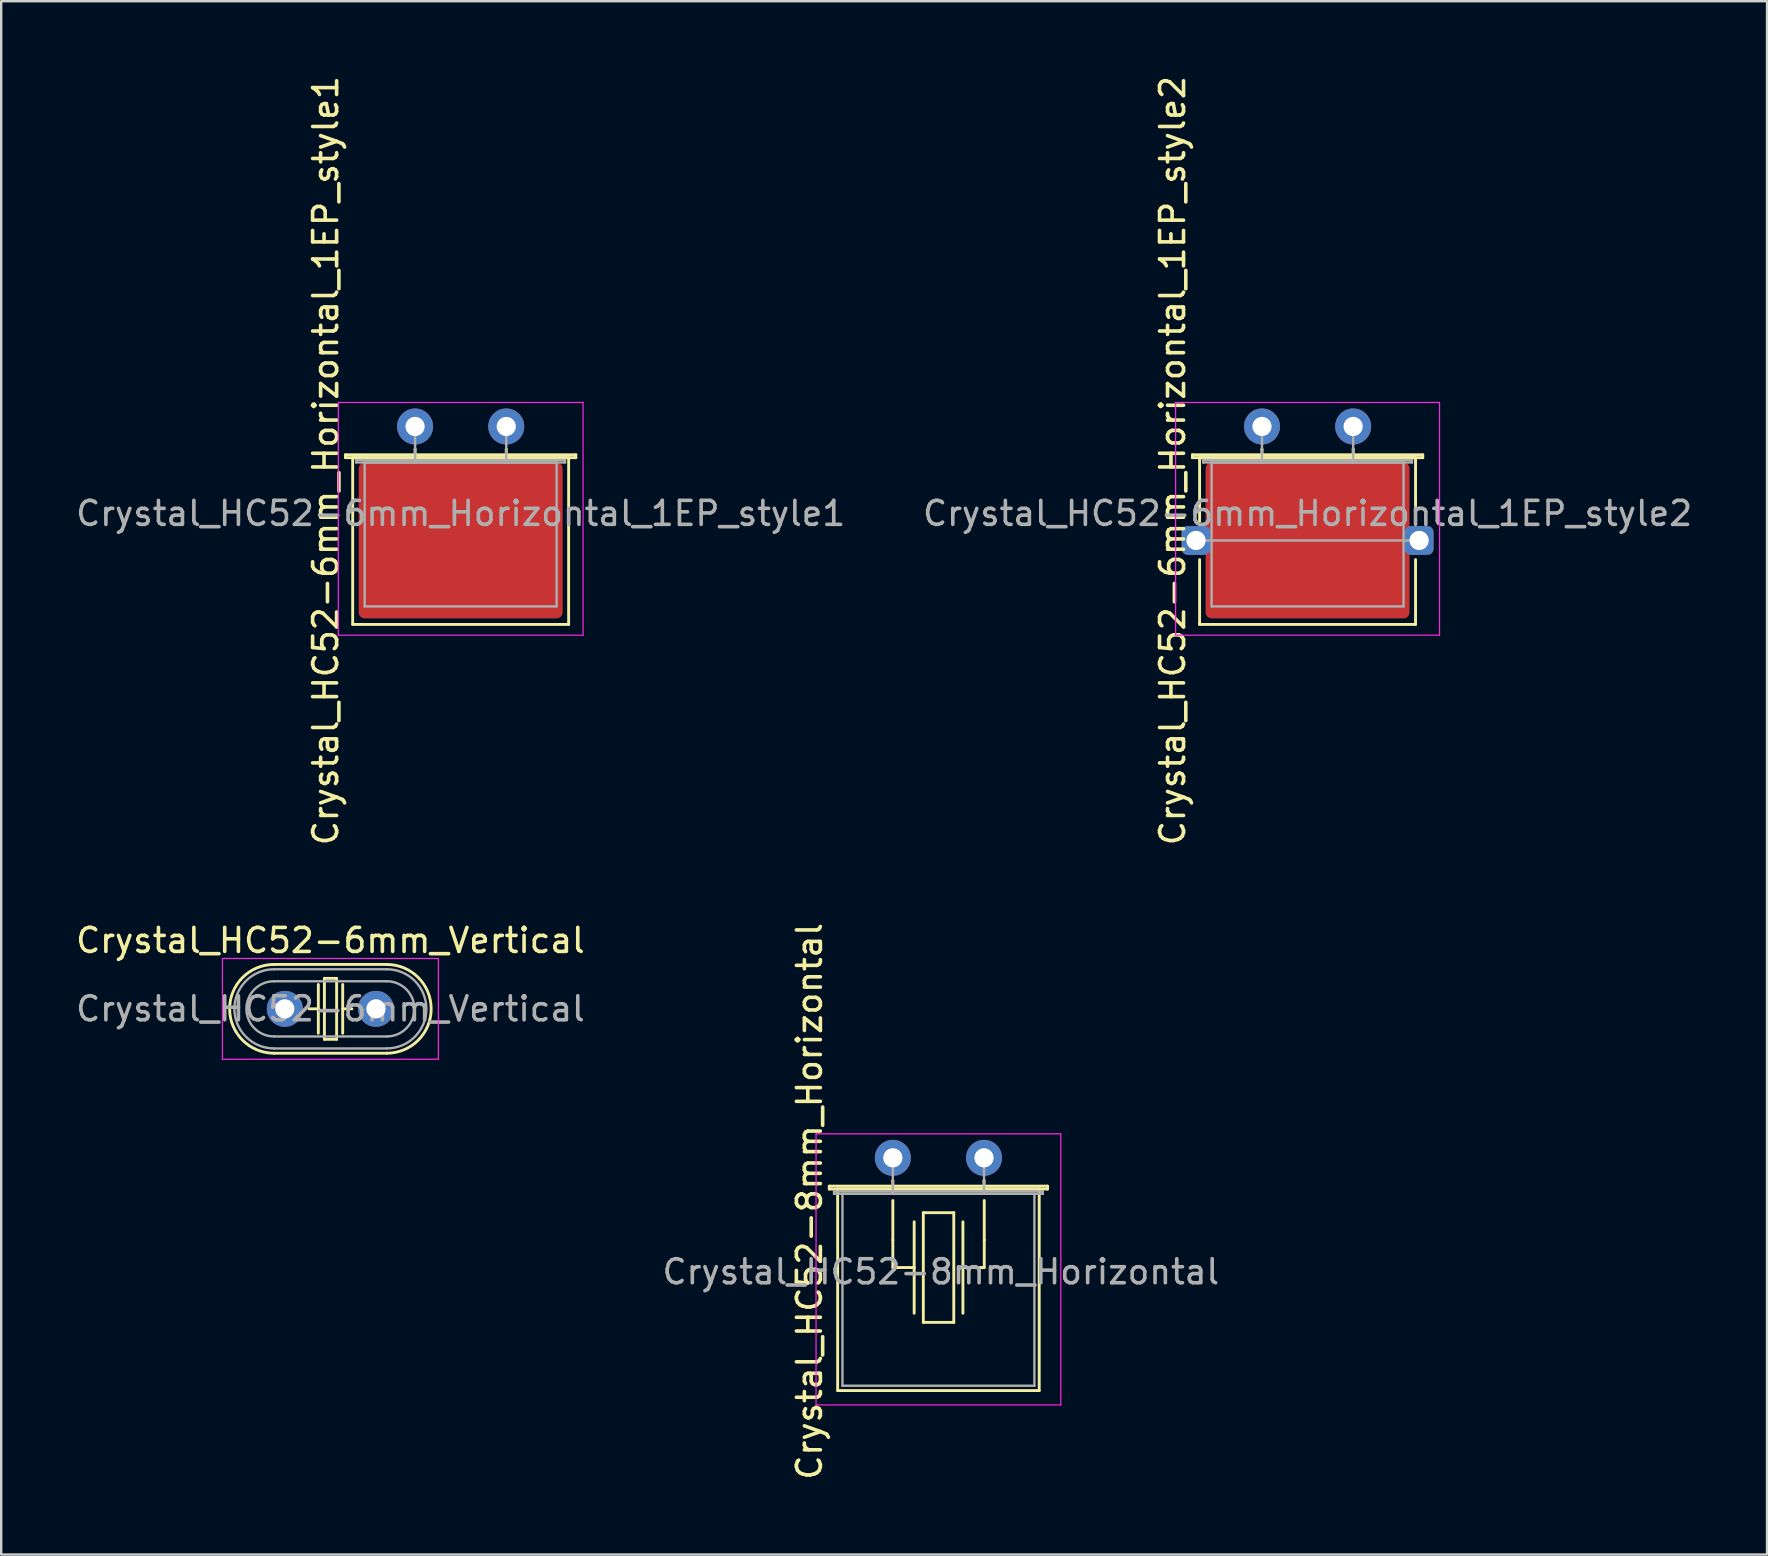
<source format=kicad_pcb>
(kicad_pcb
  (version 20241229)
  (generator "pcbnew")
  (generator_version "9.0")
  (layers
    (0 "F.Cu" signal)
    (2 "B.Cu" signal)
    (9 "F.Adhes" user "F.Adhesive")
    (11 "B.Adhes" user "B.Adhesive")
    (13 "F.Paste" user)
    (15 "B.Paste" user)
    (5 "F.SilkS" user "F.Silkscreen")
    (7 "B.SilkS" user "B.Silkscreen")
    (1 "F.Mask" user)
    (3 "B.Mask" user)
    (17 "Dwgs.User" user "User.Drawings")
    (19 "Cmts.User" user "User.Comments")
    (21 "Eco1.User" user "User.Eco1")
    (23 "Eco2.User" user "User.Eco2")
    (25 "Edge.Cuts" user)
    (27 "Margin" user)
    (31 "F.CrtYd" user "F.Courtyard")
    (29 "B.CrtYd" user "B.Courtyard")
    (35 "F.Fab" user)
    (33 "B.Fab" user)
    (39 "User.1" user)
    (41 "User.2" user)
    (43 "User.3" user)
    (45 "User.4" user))
  (footprint "Crystal_HC52-6mm_Horizontal_1EP_style1"
    (layer "F.Cu")
    (at 14.249 14.724)
    (property "Reference" "Crystal_HC52-6mm_Horizontal_1EP_style1" (at -3.725 1.425 90) (layer "F.SilkS") (effects (font (size 1 1) (thickness 0.15))))
    (attr through_hole)
    (fp_line (start -2.9 1.18) (end 6.7 1.18) (stroke (width 0.12) (type solid)) (layer "F.SilkS"))
    (fp_line (start -2.9 1.3) (end -2.9 1.18) (stroke (width 0.12) (type solid)) (layer "F.SilkS"))
    (fp_line (start -2.6 1.3) (end -2.6 8.25) (stroke (width 0.12) (type solid)) (layer "F.SilkS"))
    (fp_line (start -2.6 8.25) (end 6.4 8.25) (stroke (width 0.12) (type solid)) (layer "F.SilkS"))
    (fp_line (start 0 0.95) (end 0 0.95) (stroke (width 0.12) (type solid)) (layer "F.SilkS"))
    (fp_line (start 0 1.3) (end 0 0.95) (stroke (width 0.12) (type solid)) (layer "F.SilkS"))
    (fp_line (start 3.8 0.95) (end 3.8 0.95) (stroke (width 0.12) (type solid)) (layer "F.SilkS"))
    (fp_line (start 3.8 1.3) (end 3.8 0.95) (stroke (width 0.12) (type solid)) (layer "F.SilkS"))
    (fp_line (start 6.35 1.3) (end -2.55 1.3) (stroke (width 0.12) (type solid)) (layer "F.SilkS"))
    (fp_line (start 6.4 8.25) (end 6.4 1.3) (stroke (width 0.12) (type solid)) (layer "F.SilkS"))
    (fp_line (start 6.7 1.18) (end 6.7 1.3) (stroke (width 0.12) (type solid)) (layer "F.SilkS"))
    (fp_line (start 6.7 1.3) (end -2.9 1.3) (stroke (width 0.12) (type solid)) (layer "F.SilkS"))
    (fp_line (start -3.2 -1) (end -3.2 8.7) (stroke (width 0.05) (type solid)) (layer "F.CrtYd"))
    (fp_line (start -3.2 8.7) (end 7 8.7) (stroke (width 0.05) (type solid)) (layer "F.CrtYd"))
    (fp_line (start 7 -1) (end -3.2 -1) (stroke (width 0.05) (type solid)) (layer "F.CrtYd"))
    (fp_line (start 7 8.7) (end 7 -1) (stroke (width 0.05) (type solid)) (layer "F.CrtYd"))
    (fp_line (start -2.45 1.4) (end 6.25 1.4) (stroke (width 0.1) (type solid)) (layer "F.Fab"))
    (fp_line (start -2.45 1.5) (end -2.45 1.4) (stroke (width 0.1) (type solid)) (layer "F.Fab"))
    (fp_line (start -2.1 1.5) (end -2.1 7.5) (stroke (width 0.1) (type solid)) (layer "F.Fab"))
    (fp_line (start -2.1 7.5) (end 5.9 7.5) (stroke (width 0.1) (type solid)) (layer "F.Fab"))
    (fp_line (start 0 0.75) (end 0 0) (stroke (width 0.1) (type solid)) (layer "F.Fab"))
    (fp_line (start 0 1.5) (end 0 0.75) (stroke (width 0.1) (type solid)) (layer "F.Fab"))
    (fp_line (start 3.8 0.75) (end 3.8 0) (stroke (width 0.1) (type solid)) (layer "F.Fab"))
    (fp_line (start 3.8 1.5) (end 3.8 0.75) (stroke (width 0.1) (type solid)) (layer "F.Fab"))
    (fp_line (start 5.9 1.5) (end -2.1 1.5) (stroke (width 0.1) (type solid)) (layer "F.Fab"))
    (fp_line (start 5.9 7.5) (end 5.9 1.5) (stroke (width 0.1) (type solid)) (layer "F.Fab"))
    (fp_line (start 6.25 1.4) (end 6.25 1.5) (stroke (width 0.1) (type solid)) (layer "F.Fab"))
    (fp_line (start 6.25 1.5) (end -2.45 1.5) (stroke (width 0.1) (type solid)) (layer "F.Fab"))
    (fp_text user "${REFERENCE}" (at 1.9 3.625 0) (layer "F.Fab") (effects (font (size 1 1) (thickness 0.15))))
    (pad "1" thru_hole circle (at 0 0) (size 1.5 1.5) (drill 0.8) (layers "*.Cu" "*.Mask"))
    (pad "2" thru_hole circle (at 3.8 0) (size 1.5 1.5) (drill 0.8) (layers "*.Cu" "*.Mask"))
    (pad "3" smd roundrect (at 1.9 4.75) (size 8.5 6.5) (layers "F.Cu" "F.Mask" "F.Paste") (roundrect_rratio 0.038)))
  (footprint "Crystal_HC52-6mm_Vertical"
    (layer "F.Cu")
    (at 8.82 38.996)
    (property "Reference" "Crystal_HC52-6mm_Vertical" (at 1.9 -2.85 0) (layer "F.SilkS") (effects (font (size 1 1) (thickness 0.15))))
    (attr through_hole)
    (fp_line (start -0.45 -1.85) (end 4.25 -1.85) (stroke (width 0.12) (type solid)) (layer "F.SilkS"))
    (fp_line (start -0.45 1.85) (end 4.25 1.85) (stroke (width 0.12) (type solid)) (layer "F.SilkS"))
    (fp_line (start 1.016 0) (end 1.397 0) (stroke (width 0.12) (type solid)) (layer "F.SilkS"))
    (fp_line (start 1.397 0) (end 1.397 -1.016) (stroke (width 0.12) (type solid)) (layer "F.SilkS"))
    (fp_line (start 1.397 0) (end 1.397 1.016) (stroke (width 0.12) (type solid)) (layer "F.SilkS"))
    (fp_line (start 1.651 -1.27) (end 1.651 1.27) (stroke (width 0.12) (type solid)) (layer "F.SilkS"))
    (fp_line (start 1.651 1.27) (end 2.159 1.27) (stroke (width 0.12) (type solid)) (layer "F.SilkS"))
    (fp_line (start 2.159 -1.27) (end 1.651 -1.27) (stroke (width 0.12) (type solid)) (layer "F.SilkS"))
    (fp_line (start 2.159 1.27) (end 2.159 -1.27) (stroke (width 0.12) (type solid)) (layer "F.SilkS"))
    (fp_line (start 2.413 -1.016) (end 2.413 1.016) (stroke (width 0.12) (type solid)) (layer "F.SilkS"))
    (fp_line (start 2.413 0) (end 2.794 0) (stroke (width 0.12) (type solid)) (layer "F.SilkS"))
    (fp_arc (start -0.45 1.85) (mid -2.3 0) (end -0.45 -1.85) (stroke (width 0.12) (type solid)) (layer "F.SilkS"))
    (fp_arc (start 4.25 -1.85) (mid 6.1 0) (end 4.25 1.85) (stroke (width 0.12) (type solid)) (layer "F.SilkS"))
    (fp_line (start -2.6 -2.1) (end -2.6 2.1) (stroke (width 0.05) (type solid)) (layer "F.CrtYd"))
    (fp_line (start -2.6 2.1) (end 6.4 2.1) (stroke (width 0.05) (type solid)) (layer "F.CrtYd"))
    (fp_line (start 6.4 -2.1) (end -2.6 -2.1) (stroke (width 0.05) (type solid)) (layer "F.CrtYd"))
    (fp_line (start 6.4 2.1) (end 6.4 -2.1) (stroke (width 0.05) (type solid)) (layer "F.CrtYd"))
    (fp_line (start -0.45 -1.65) (end 4.25 -1.65) (stroke (width 0.1) (type solid)) (layer "F.Fab"))
    (fp_line (start -0.45 -1.15) (end 4.25 -1.15) (stroke (width 0.1) (type solid)) (layer "F.Fab"))
    (fp_line (start -0.45 1.15) (end 4.25 1.15) (stroke (width 0.1) (type solid)) (layer "F.Fab"))
    (fp_line (start -0.45 1.65) (end 4.25 1.65) (stroke (width 0.1) (type solid)) (layer "F.Fab"))
    (fp_arc (start -0.45 1.15) (mid -1.6 0) (end -0.45 -1.15) (stroke (width 0.1) (type solid)) (layer "F.Fab"))
    (fp_arc (start -0.45 1.65) (mid -2.1 0) (end -0.45 -1.65) (stroke (width 0.1) (type solid)) (layer "F.Fab"))
    (fp_arc (start 4.25 -1.65) (mid 5.9 0) (end 4.25 1.65) (stroke (width 0.1) (type solid)) (layer "F.Fab"))
    (fp_arc (start 4.25 -1.15) (mid 5.4 0) (end 4.25 1.15) (stroke (width 0.1) (type solid)) (layer "F.Fab"))
    (fp_text user "${REFERENCE}" (at 1.9 0 0) (layer "F.Fab") (effects (font (size 1 1) (thickness 0.15))))
    (pad "1" thru_hole circle (at 0 0) (size 1.5 1.5) (drill 0.8) (layers "*.Cu" "*.Mask"))
    (pad "2" thru_hole circle (at 3.8 0) (size 1.5 1.5) (drill 0.8) (layers "*.Cu" "*.Mask")))
  (footprint "Crystal_HC52-8mm_Horizontal"
    (layer "F.Cu")
    (at 34.161 45.205)
    (property "Reference" "Crystal_HC52-8mm_Horizontal" (at -3.475 1.812 90) (layer "F.SilkS") (effects (font (size 1 1) (thickness 0.15))))
    (attr through_hole)
    (fp_line (start -2.65 1.18) (end 6.45 1.18) (stroke (width 0.12) (type solid)) (layer "F.SilkS"))
    (fp_line (start -2.65 1.3) (end -2.65 1.18) (stroke (width 0.12) (type solid)) (layer "F.SilkS"))
    (fp_line (start -2.3 1.3) (end -2.3 9.7) (stroke (width 0.12) (type solid)) (layer "F.SilkS"))
    (fp_line (start -2.3 9.7) (end 6.1 9.7) (stroke (width 0.12) (type solid)) (layer "F.SilkS"))
    (fp_line (start 0 0.95) (end 0 0.95) (stroke (width 0.12) (type solid)) (layer "F.SilkS"))
    (fp_line (start 0 1.3) (end 0 0.95) (stroke (width 0.12) (type solid)) (layer "F.SilkS"))
    (fp_line (start 0 1.778) (end 0 3.429) (stroke (width 0.12) (type solid)) (layer "F.SilkS"))
    (fp_line (start 0 3.429) (end 0 4.572) (stroke (width 0.12) (type solid)) (layer "F.SilkS"))
    (fp_line (start 0 4.572) (end 0.889 4.572) (stroke (width 0.12) (type solid)) (layer "F.SilkS"))
    (fp_line (start 0.889 4.572) (end 0.889 2.667) (stroke (width 0.12) (type solid)) (layer "F.SilkS"))
    (fp_line (start 0.889 6.477) (end 0.889 4.572) (stroke (width 0.12) (type solid)) (layer "F.SilkS"))
    (fp_line (start 1.27 2.286) (end 1.27 6.858) (stroke (width 0.12) (type solid)) (layer "F.SilkS"))
    (fp_line (start 1.27 6.858) (end 2.54 6.858) (stroke (width 0.12) (type solid)) (layer "F.SilkS"))
    (fp_line (start 2.54 2.286) (end 1.27 2.286) (stroke (width 0.12) (type solid)) (layer "F.SilkS"))
    (fp_line (start 2.54 6.858) (end 2.54 2.286) (stroke (width 0.12) (type solid)) (layer "F.SilkS"))
    (fp_line (start 2.921 2.667) (end 2.921 4.572) (stroke (width 0.12) (type solid)) (layer "F.SilkS"))
    (fp_line (start 2.921 4.572) (end 2.921 6.477) (stroke (width 0.12) (type solid)) (layer "F.SilkS"))
    (fp_line (start 3.8 0.95) (end 3.8 0.95) (stroke (width 0.12) (type solid)) (layer "F.SilkS"))
    (fp_line (start 3.8 1.3) (end 3.8 0.95) (stroke (width 0.12) (type solid)) (layer "F.SilkS"))
    (fp_line (start 3.81 1.778) (end 3.81 3.429) (stroke (width 0.12) (type solid)) (layer "F.SilkS"))
    (fp_line (start 3.81 3.429) (end 3.81 4.572) (stroke (width 0.12) (type solid)) (layer "F.SilkS"))
    (fp_line (start 3.81 4.572) (end 2.921 4.572) (stroke (width 0.12) (type solid)) (layer "F.SilkS"))
    (fp_line (start 6.1 1.3) (end -2.3 1.3) (stroke (width 0.12) (type solid)) (layer "F.SilkS"))
    (fp_line (start 6.1 9.7) (end 6.1 1.3) (stroke (width 0.12) (type solid)) (layer "F.SilkS"))
    (fp_line (start 6.45 1.18) (end 6.45 1.3) (stroke (width 0.12) (type solid)) (layer "F.SilkS"))
    (fp_line (start 6.45 1.3) (end -2.65 1.3) (stroke (width 0.12) (type solid)) (layer "F.SilkS"))
    (fp_line (start -3.2 -1) (end -3.2 10.3) (stroke (width 0.05) (type solid)) (layer "F.CrtYd"))
    (fp_line (start -3.2 10.3) (end 7 10.3) (stroke (width 0.05) (type solid)) (layer "F.CrtYd"))
    (fp_line (start 7 -1) (end -3.2 -1) (stroke (width 0.05) (type solid)) (layer "F.CrtYd"))
    (fp_line (start 7 10.3) (end 7 -1) (stroke (width 0.05) (type solid)) (layer "F.CrtYd"))
    (fp_line (start -2.45 1.4) (end 6.25 1.4) (stroke (width 0.1) (type solid)) (layer "F.Fab"))
    (fp_line (start -2.45 1.5) (end -2.45 1.4) (stroke (width 0.1) (type solid)) (layer "F.Fab"))
    (fp_line (start -2.1 1.5) (end -2.1 9.5) (stroke (width 0.1) (type solid)) (layer "F.Fab"))
    (fp_line (start -2.1 9.5) (end 5.9 9.5) (stroke (width 0.1) (type solid)) (layer "F.Fab"))
    (fp_line (start 0 0.75) (end 0 0) (stroke (width 0.1) (type solid)) (layer "F.Fab"))
    (fp_line (start 0 1.5) (end 0 0.75) (stroke (width 0.1) (type solid)) (layer "F.Fab"))
    (fp_line (start 3.8 0.75) (end 3.8 0) (stroke (width 0.1) (type solid)) (layer "F.Fab"))
    (fp_line (start 3.8 1.5) (end 3.8 0.75) (stroke (width 0.1) (type solid)) (layer "F.Fab"))
    (fp_line (start 5.9 1.5) (end -2.1 1.5) (stroke (width 0.1) (type solid)) (layer "F.Fab"))
    (fp_line (start 5.9 9.5) (end 5.9 1.5) (stroke (width 0.1) (type solid)) (layer "F.Fab"))
    (fp_line (start 6.25 1.4) (end 6.25 1.5) (stroke (width 0.1) (type solid)) (layer "F.Fab"))
    (fp_line (start 6.25 1.5) (end -2.45 1.5) (stroke (width 0.1) (type solid)) (layer "F.Fab"))
    (fp_text user "${REFERENCE}" (at 2 4.75 0) (layer "F.Fab") (effects (font (size 1 1) (thickness 0.15))))
    (pad "1" thru_hole circle (at 0 0) (size 1.5 1.5) (drill 0.8) (layers "*.Cu" "*.Mask"))
    (pad "2" thru_hole circle (at 3.8 0) (size 1.5 1.5) (drill 0.8) (layers "*.Cu" "*.Mask")))
  (footprint "Crystal_HC52-6mm_Horizontal_1EP_style2"
    (layer "F.Cu")
    (at 49.546 14.724)
    (property "Reference" "Crystal_HC52-6mm_Horizontal_1EP_style2" (at -3.725 1.425 90) (layer "F.SilkS") (effects (font (size 1 1) (thickness 0.15))))
    (attr through_hole)
    (fp_line (start -2.9 1.18) (end 6.7 1.18) (stroke (width 0.12) (type solid)) (layer "F.SilkS"))
    (fp_line (start -2.9 1.3) (end -2.9 1.18) (stroke (width 0.12) (type solid)) (layer "F.SilkS"))
    (fp_line (start -2.6 3.95) (end -2.6 1.3) (stroke (width 0.12) (type solid)) (layer "F.SilkS"))
    (fp_line (start -2.6 5.55) (end -2.6 8.2) (stroke (width 0.12) (type solid)) (layer "F.SilkS"))
    (fp_line (start -2.6 8.2) (end -2.6 8.25) (stroke (width 0.12) (type solid)) (layer "F.SilkS"))
    (fp_line (start -2.6 8.25) (end 6.35 8.25) (stroke (width 0.12) (type solid)) (layer "F.SilkS"))
    (fp_line (start -2.55 1.3) (end 6.35 1.3) (stroke (width 0.12) (type solid)) (layer "F.SilkS"))
    (fp_line (start 0 0.95) (end 0 0.95) (stroke (width 0.12) (type solid)) (layer "F.SilkS"))
    (fp_line (start 0 1.3) (end 0 0.95) (stroke (width 0.12) (type solid)) (layer "F.SilkS"))
    (fp_line (start 3.8 0.95) (end 3.8 0.95) (stroke (width 0.12) (type solid)) (layer "F.SilkS"))
    (fp_line (start 3.8 1.3) (end 3.8 0.95) (stroke (width 0.12) (type solid)) (layer "F.SilkS"))
    (fp_line (start 6.35 8.25) (end 6.4 8.25) (stroke (width 0.12) (type solid)) (layer "F.SilkS"))
    (fp_line (start 6.4 1.3) (end 6.4 3.95) (stroke (width 0.12) (type solid)) (layer "F.SilkS"))
    (fp_line (start 6.4 8.25) (end 6.4 5.55) (stroke (width 0.12) (type solid)) (layer "F.SilkS"))
    (fp_line (start 6.7 1.18) (end 6.7 1.3) (stroke (width 0.12) (type solid)) (layer "F.SilkS"))
    (fp_line (start 6.7 1.3) (end -2.9 1.3) (stroke (width 0.12) (type solid)) (layer "F.SilkS"))
    (fp_line (start -3.6 -1) (end -3.6 8.7) (stroke (width 0.05) (type solid)) (layer "F.CrtYd"))
    (fp_line (start -3.6 8.7) (end 7.4 8.7) (stroke (width 0.05) (type solid)) (layer "F.CrtYd"))
    (fp_line (start 7.4 -1) (end -3.6 -1) (stroke (width 0.05) (type solid)) (layer "F.CrtYd"))
    (fp_line (start 7.4 8.7) (end 7.4 -1) (stroke (width 0.05) (type solid)) (layer "F.CrtYd"))
    (fp_line (start -2.75 4.75) (end 6.55 4.75) (stroke (width 0.1) (type solid)) (layer "F.Fab"))
    (fp_line (start -2.45 1.4) (end 6.25 1.4) (stroke (width 0.1) (type solid)) (layer "F.Fab"))
    (fp_line (start -2.45 1.5) (end -2.45 1.4) (stroke (width 0.1) (type solid)) (layer "F.Fab"))
    (fp_line (start -2.1 1.5) (end -2.1 7.5) (stroke (width 0.1) (type solid)) (layer "F.Fab"))
    (fp_line (start -2.1 7.5) (end 5.9 7.5) (stroke (width 0.1) (type solid)) (layer "F.Fab"))
    (fp_line (start 0 0.75) (end 0 0) (stroke (width 0.1) (type solid)) (layer "F.Fab"))
    (fp_line (start 0 1.5) (end 0 0.75) (stroke (width 0.1) (type solid)) (layer "F.Fab"))
    (fp_line (start 3.8 0.75) (end 3.8 0) (stroke (width 0.1) (type solid)) (layer "F.Fab"))
    (fp_line (start 3.8 1.5) (end 3.8 0.75) (stroke (width 0.1) (type solid)) (layer "F.Fab"))
    (fp_line (start 5.9 1.5) (end -2.1 1.5) (stroke (width 0.1) (type solid)) (layer "F.Fab"))
    (fp_line (start 5.9 7.5) (end 5.9 1.5) (stroke (width 0.1) (type solid)) (layer "F.Fab"))
    (fp_line (start 6.25 1.4) (end 6.25 1.5) (stroke (width 0.1) (type solid)) (layer "F.Fab"))
    (fp_line (start 6.25 1.5) (end -2.45 1.5) (stroke (width 0.1) (type solid)) (layer "F.Fab"))
    (fp_text user "${REFERENCE}" (at 1.9 3.625 0) (layer "F.Fab") (effects (font (size 1 1) (thickness 0.15))))
    (pad "1" thru_hole circle (at 0 0) (size 1.5 1.5) (drill 0.8) (layers "*.Cu" "*.Mask"))
    (pad "2" thru_hole circle (at 3.8 0) (size 1.5 1.5) (drill 0.8) (layers "*.Cu" "*.Mask"))
    (pad "3" thru_hole roundrect (at -2.75 4.75) (size 1.2 1.2) (drill 0.8) (layers "*.Cu" "*.Mask") (roundrect_rratio 0.208))
    (pad "3" smd roundrect (at 1.9 4.75) (size 8.5 6.5) (layers "F.Cu" "F.Mask" "F.Paste") (roundrect_rratio 0.038))
    (pad "3" thru_hole roundrect (at 6.55 4.75) (size 1.2 1.2) (drill 0.8) (layers "*.Cu" "*.Mask") (roundrect_rratio 0.208)))
  (gr_rect
    (start -3 -3)
    (end 70.595 61.738)
    (stroke (width 0.1) (type default))
    (fill no)
    (layer "Edge.Cuts")))
</source>
